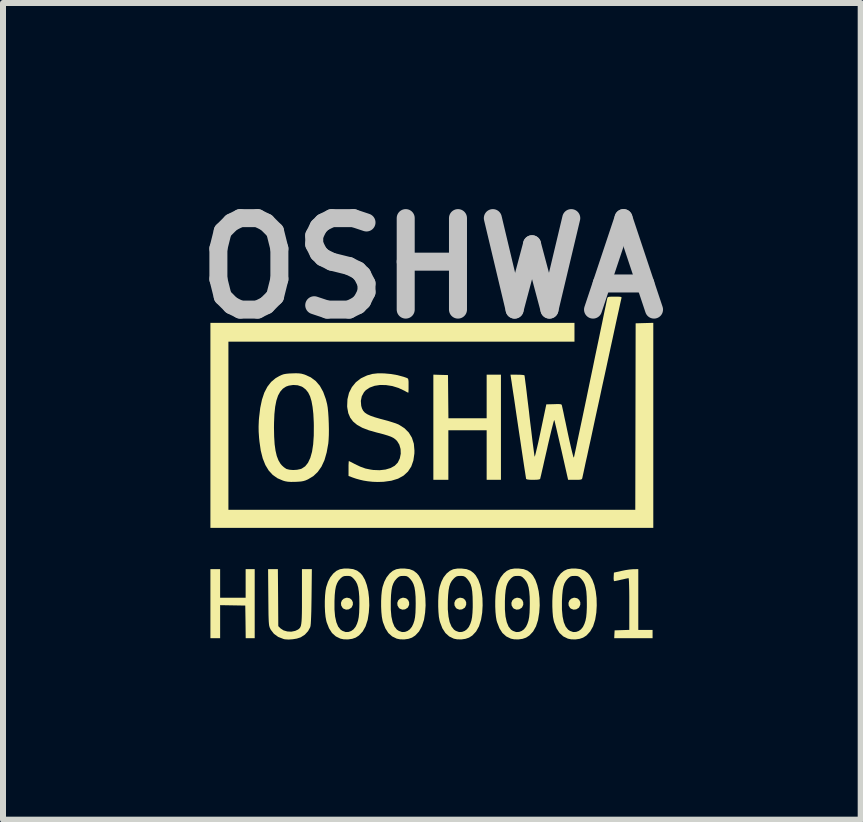
<source format=kicad_pcb>
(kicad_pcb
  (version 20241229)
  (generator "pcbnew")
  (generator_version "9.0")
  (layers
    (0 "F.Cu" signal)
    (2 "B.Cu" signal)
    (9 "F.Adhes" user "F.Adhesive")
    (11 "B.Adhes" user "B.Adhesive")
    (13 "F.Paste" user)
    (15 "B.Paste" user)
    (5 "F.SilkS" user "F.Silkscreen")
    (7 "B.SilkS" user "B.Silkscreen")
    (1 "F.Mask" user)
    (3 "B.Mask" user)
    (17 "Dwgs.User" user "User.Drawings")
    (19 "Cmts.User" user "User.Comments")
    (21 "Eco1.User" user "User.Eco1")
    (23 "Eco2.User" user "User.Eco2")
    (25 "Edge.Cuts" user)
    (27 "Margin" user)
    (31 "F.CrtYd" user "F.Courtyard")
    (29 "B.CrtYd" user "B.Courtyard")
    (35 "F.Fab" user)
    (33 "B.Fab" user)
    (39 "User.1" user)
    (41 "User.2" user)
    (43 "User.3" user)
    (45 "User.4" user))
  (footprint "OSHWA"
    (layer "F.Cu")
    (at 4.144 4.818)
    (property "Reference" "OSHWA" (at 0 -3.4 0) (layer "Dwgs.User") (effects (font (size 1.524 1.524) (thickness 0.3))))
    (attr board_only exclude_from_pos_files exclude_from_bom)
    (fp_poly (pts (xy 3.689 0.925) (xy -3.689 0.925) (xy -3.689 -2.489) (xy 2.376 -2.489) (xy 2.376 -2.176) (xy -3.389 -2.176) (xy -3.389 0.625) (xy 3.389 0.625) (xy 3.392 -0.929) (xy 3.395 -2.482) (xy 3.542 -2.486) (xy 3.689 -2.49)) (stroke (width 0) (type solid)) (fill yes) (layer "F.SilkS"))
    (fp_poly (pts (xy -3.527 2.089) (xy -3.102 2.089) (xy -3.102 1.613) (xy -2.951 1.613) (xy -2.951 2.764) (xy -3.101 2.764) (xy -3.104 2.492) (xy -3.108 2.22) (xy -3.527 2.213) (xy -3.527 2.764) (xy -3.689 2.764) (xy -3.689 1.613) (xy -3.527 1.613)) (stroke (width 0) (type solid)) (fill yes) (layer "F.SilkS"))
    (fp_poly (pts (xy 0.147 -1.623) (xy 0.269 -1.62) (xy 0.276 -0.9) (xy 0.913 -0.9) (xy 0.913 -1.626) (xy 1.151 -1.626) (xy 1.151 0.125) (xy 0.913 0.125) (xy 0.913 -0.7) (xy 0.275 -0.7) (xy 0.275 0.125) (xy 0.025 0.125) (xy 0.025 -1.627)) (stroke (width 0) (type solid)) (fill yes) (layer "F.SilkS"))
    (fp_poly (pts (xy -1.366 2.099) (xy -1.334 2.126) (xy -1.316 2.164) (xy -1.316 2.207) (xy -1.335 2.248) (xy -1.344 2.258) (xy -1.384 2.283) (xy -1.429 2.288) (xy -1.471 2.272) (xy -1.486 2.26) (xy -1.51 2.219) (xy -1.514 2.175) (xy -1.499 2.135) (xy -1.468 2.105) (xy -1.423 2.089) (xy -1.41 2.089)) (stroke (width 0) (type solid)) (fill yes) (layer "F.SilkS"))
    (fp_poly (pts (xy -0.428 2.099) (xy -0.396 2.126) (xy -0.379 2.164) (xy -0.378 2.207) (xy -0.397 2.248) (xy -0.406 2.258) (xy -0.446 2.283) (xy -0.491 2.288) (xy -0.533 2.272) (xy -0.548 2.26) (xy -0.572 2.219) (xy -0.576 2.175) (xy -0.561 2.135) (xy -0.53 2.105) (xy -0.486 2.089) (xy -0.472 2.089)) (stroke (width 0) (type solid)) (fill yes) (layer "F.SilkS"))
    (fp_poly (pts (xy 0.522 2.099) (xy 0.554 2.126) (xy 0.572 2.164) (xy 0.572 2.207) (xy 0.554 2.248) (xy 0.545 2.258) (xy 0.504 2.283) (xy 0.459 2.288) (xy 0.417 2.272) (xy 0.402 2.26) (xy 0.378 2.219) (xy 0.375 2.175) (xy 0.39 2.135) (xy 0.421 2.105) (xy 0.465 2.089) (xy 0.478 2.089)) (stroke (width 0) (type solid)) (fill yes) (layer "F.SilkS"))
    (fp_poly (pts (xy 1.473 2.099) (xy 1.505 2.126) (xy 1.522 2.164) (xy 1.523 2.207) (xy 1.504 2.248) (xy 1.495 2.258) (xy 1.455 2.283) (xy 1.41 2.288) (xy 1.368 2.272) (xy 1.353 2.26) (xy 1.329 2.219) (xy 1.325 2.175) (xy 1.34 2.135) (xy 1.371 2.105) (xy 1.415 2.089) (xy 1.429 2.089)) (stroke (width 0) (type solid)) (fill yes) (layer "F.SilkS"))
    (fp_poly (pts (xy 2.423 2.099) (xy 2.455 2.126) (xy 2.473 2.164) (xy 2.473 2.207) (xy 2.454 2.248) (xy 2.446 2.258) (xy 2.405 2.283) (xy 2.36 2.288) (xy 2.318 2.272) (xy 2.303 2.26) (xy 2.279 2.219) (xy 2.276 2.175) (xy 2.291 2.135) (xy 2.322 2.105) (xy 2.366 2.089) (xy 2.379 2.089)) (stroke (width 0) (type solid)) (fill yes) (layer "F.SilkS"))
    (fp_poly (pts (xy 3.439 2.626) (xy 3.677 2.626) (xy 3.677 2.764) (xy 3.038 2.764) (xy 3.041 2.698) (xy 3.045 2.633) (xy 3.167 2.629) (xy 3.289 2.625) (xy 3.289 2.194) (xy 3.289 2.074) (xy 3.288 1.972) (xy 3.286 1.888) (xy 3.284 1.825) (xy 3.281 1.783) (xy 3.278 1.764) (xy 3.277 1.763) (xy 3.26 1.766) (xy 3.225 1.773) (xy 3.179 1.784) (xy 3.158 1.788) (xy 3.108 1.8) (xy 3.068 1.808) (xy 3.042 1.813) (xy 3.038 1.813) (xy 3.031 1.802) (xy 3.028 1.771) (xy 3.029 1.742) (xy 3.033 1.671) (xy 3.158 1.643) (xy 3.221 1.63) (xy 3.286 1.62) (xy 3.341 1.615) (xy 3.361 1.614) (xy 3.439 1.613)) (stroke (width 0) (type solid)) (fill yes) (layer "F.SilkS"))
    (fp_poly (pts (xy -2.561 2.088) (xy -2.558 2.563) (xy -2.52 2.601) (xy -2.471 2.633) (xy -2.409 2.651) (xy -2.342 2.655) (xy -2.277 2.642) (xy -2.232 2.621) (xy -2.215 2.609) (xy -2.201 2.595) (xy -2.19 2.578) (xy -2.181 2.554) (xy -2.175 2.521) (xy -2.17 2.476) (xy -2.167 2.418) (xy -2.165 2.344) (xy -2.164 2.251) (xy -2.164 2.136) (xy -2.164 2.064) (xy -2.164 1.613) (xy -1.999 1.613) (xy -2.004 2.073) (xy -2.006 2.205) (xy -2.008 2.315) (xy -2.011 2.403) (xy -2.014 2.471) (xy -2.017 2.522) (xy -2.021 2.558) (xy -2.026 2.579) (xy -2.026 2.58) (xy -2.062 2.646) (xy -2.116 2.705) (xy -2.183 2.748) (xy -2.191 2.751) (xy -2.249 2.77) (xy -2.317 2.781) (xy -2.387 2.786) (xy -2.449 2.782) (xy -2.47 2.777) (xy -2.56 2.742) (xy -2.631 2.69) (xy -2.683 2.623) (xy -2.694 2.601) (xy -2.701 2.586) (xy -2.706 2.569) (xy -2.711 2.548) (xy -2.714 2.521) (xy -2.717 2.485) (xy -2.719 2.437) (xy -2.721 2.374) (xy -2.722 2.295) (xy -2.723 2.195) (xy -2.724 2.079) (xy -2.728 1.613) (xy -2.565 1.613)) (stroke (width 0) (type solid)) (fill yes) (layer "F.SilkS"))
    (fp_poly (pts (xy -1.31 1.613) (xy -1.245 1.638) (xy -1.19 1.68) (xy -1.156 1.719) (xy -1.115 1.79) (xy -1.083 1.879) (xy -1.059 1.983) (xy -1.046 2.097) (xy -1.042 2.217) (xy -1.05 2.337) (xy -1.068 2.453) (xy -1.07 2.461) (xy -1.104 2.566) (xy -1.152 2.652) (xy -1.215 2.719) (xy -1.269 2.754) (xy -1.327 2.774) (xy -1.398 2.784) (xy -1.469 2.782) (xy -1.523 2.771) (xy -1.599 2.734) (xy -1.663 2.677) (xy -1.713 2.598) (xy -1.752 2.498) (xy -1.759 2.471) (xy -1.771 2.407) (xy -1.779 2.327) (xy -1.783 2.236) (xy -1.783 2.145) (xy -1.622 2.145) (xy -1.622 2.285) (xy -1.612 2.402) (xy -1.591 2.497) (xy -1.561 2.57) (xy -1.52 2.621) (xy -1.488 2.642) (xy -1.435 2.661) (xy -1.386 2.659) (xy -1.343 2.643) (xy -1.305 2.616) (xy -1.273 2.576) (xy -1.27 2.572) (xy -1.247 2.524) (xy -1.23 2.473) (xy -1.218 2.413) (xy -1.211 2.34) (xy -1.208 2.249) (xy -1.207 2.182) (xy -1.209 2.074) (xy -1.216 1.988) (xy -1.227 1.918) (xy -1.244 1.862) (xy -1.267 1.817) (xy -1.298 1.777) (xy -1.301 1.774) (xy -1.331 1.745) (xy -1.356 1.731) (xy -1.389 1.726) (xy -1.413 1.726) (xy -1.454 1.728) (xy -1.483 1.737) (xy -1.511 1.758) (xy -1.526 1.773) (xy -1.557 1.809) (xy -1.58 1.851) (xy -1.598 1.901) (xy -1.61 1.965) (xy -1.618 2.046) (xy -1.622 2.145) (xy -1.783 2.145) (xy -1.783 2.143) (xy -1.779 2.053) (xy -1.771 1.974) (xy -1.76 1.913) (xy -1.73 1.823) (xy -1.693 1.751) (xy -1.646 1.691) (xy -1.641 1.685) (xy -1.59 1.642) (xy -1.532 1.615) (xy -1.463 1.603) (xy -1.391 1.603)) (stroke (width 0) (type solid)) (fill yes) (layer "F.SilkS"))
    (fp_poly (pts (xy -0.372 1.613) (xy -0.307 1.638) (xy -0.252 1.68) (xy -0.218 1.719) (xy -0.177 1.79) (xy -0.145 1.879) (xy -0.121 1.983) (xy -0.108 2.097) (xy -0.104 2.217) (xy -0.112 2.337) (xy -0.13 2.453) (xy -0.132 2.461) (xy -0.166 2.566) (xy -0.214 2.652) (xy -0.277 2.719) (xy -0.331 2.754) (xy -0.389 2.774) (xy -0.46 2.784) (xy -0.531 2.782) (xy -0.585 2.771) (xy -0.661 2.734) (xy -0.725 2.677) (xy -0.775 2.598) (xy -0.814 2.498) (xy -0.821 2.471) (xy -0.833 2.407) (xy -0.841 2.327) (xy -0.845 2.236) (xy -0.845 2.145) (xy -0.684 2.145) (xy -0.684 2.285) (xy -0.674 2.402) (xy -0.653 2.497) (xy -0.623 2.57) (xy -0.582 2.621) (xy -0.55 2.642) (xy -0.497 2.661) (xy -0.448 2.659) (xy -0.405 2.643) (xy -0.367 2.616) (xy -0.335 2.576) (xy -0.332 2.572) (xy -0.309 2.524) (xy -0.292 2.473) (xy -0.28 2.413) (xy -0.273 2.34) (xy -0.27 2.249) (xy -0.269 2.182) (xy -0.271 2.074) (xy -0.278 1.988) (xy -0.289 1.918) (xy -0.306 1.862) (xy -0.329 1.817) (xy -0.36 1.777) (xy -0.363 1.774) (xy -0.393 1.745) (xy -0.418 1.731) (xy -0.451 1.726) (xy -0.475 1.726) (xy -0.516 1.728) (xy -0.545 1.737) (xy -0.573 1.758) (xy -0.588 1.773) (xy -0.619 1.809) (xy -0.642 1.851) (xy -0.66 1.901) (xy -0.672 1.965) (xy -0.68 2.046) (xy -0.684 2.145) (xy -0.845 2.145) (xy -0.845 2.143) (xy -0.841 2.053) (xy -0.833 1.974) (xy -0.822 1.913) (xy -0.792 1.823) (xy -0.755 1.751) (xy -0.708 1.691) (xy -0.703 1.685) (xy -0.652 1.642) (xy -0.594 1.615) (xy -0.525 1.603) (xy -0.453 1.603)) (stroke (width 0) (type solid)) (fill yes) (layer "F.SilkS"))
    (fp_poly (pts (xy 0.578 1.613) (xy 0.643 1.638) (xy 0.698 1.68) (xy 0.732 1.719) (xy 0.773 1.79) (xy 0.806 1.879) (xy 0.829 1.983) (xy 0.843 2.097) (xy 0.846 2.217) (xy 0.839 2.337) (xy 0.82 2.453) (xy 0.818 2.461) (xy 0.785 2.566) (xy 0.737 2.652) (xy 0.674 2.719) (xy 0.619 2.754) (xy 0.561 2.774) (xy 0.491 2.784) (xy 0.419 2.782) (xy 0.365 2.771) (xy 0.289 2.734) (xy 0.226 2.677) (xy 0.175 2.598) (xy 0.137 2.498) (xy 0.129 2.471) (xy 0.117 2.407) (xy 0.11 2.327) (xy 0.106 2.236) (xy 0.106 2.145) (xy 0.266 2.145) (xy 0.266 2.285) (xy 0.277 2.402) (xy 0.297 2.497) (xy 0.328 2.57) (xy 0.369 2.621) (xy 0.4 2.642) (xy 0.453 2.661) (xy 0.502 2.659) (xy 0.546 2.643) (xy 0.583 2.616) (xy 0.616 2.576) (xy 0.618 2.572) (xy 0.641 2.524) (xy 0.658 2.473) (xy 0.67 2.413) (xy 0.677 2.34) (xy 0.681 2.249) (xy 0.681 2.182) (xy 0.679 2.074) (xy 0.673 1.988) (xy 0.662 1.918) (xy 0.645 1.862) (xy 0.621 1.817) (xy 0.59 1.777) (xy 0.588 1.774) (xy 0.558 1.745) (xy 0.532 1.731) (xy 0.499 1.726) (xy 0.476 1.726) (xy 0.434 1.728) (xy 0.406 1.737) (xy 0.378 1.758) (xy 0.363 1.773) (xy 0.332 1.809) (xy 0.308 1.851) (xy 0.291 1.901) (xy 0.279 1.965) (xy 0.271 2.046) (xy 0.266 2.145) (xy 0.106 2.145) (xy 0.106 2.143) (xy 0.11 2.053) (xy 0.117 1.974) (xy 0.129 1.913) (xy 0.159 1.823) (xy 0.195 1.751) (xy 0.242 1.691) (xy 0.247 1.685) (xy 0.299 1.642) (xy 0.356 1.615) (xy 0.426 1.603) (xy 0.497 1.603)) (stroke (width 0) (type solid)) (fill yes) (layer "F.SilkS"))
    (fp_poly (pts (xy 1.529 1.613) (xy 1.594 1.638) (xy 1.649 1.68) (xy 1.683 1.719) (xy 1.724 1.79) (xy 1.756 1.879) (xy 1.78 1.983) (xy 1.793 2.097) (xy 1.797 2.217) (xy 1.789 2.337) (xy 1.77 2.453) (xy 1.769 2.461) (xy 1.735 2.566) (xy 1.687 2.652) (xy 1.624 2.719) (xy 1.57 2.754) (xy 1.512 2.774) (xy 1.441 2.784) (xy 1.37 2.782) (xy 1.316 2.771) (xy 1.24 2.734) (xy 1.176 2.677) (xy 1.126 2.598) (xy 1.087 2.498) (xy 1.079 2.471) (xy 1.068 2.407) (xy 1.06 2.327) (xy 1.056 2.236) (xy 1.056 2.145) (xy 1.217 2.145) (xy 1.217 2.285) (xy 1.227 2.402) (xy 1.248 2.497) (xy 1.278 2.57) (xy 1.319 2.621) (xy 1.351 2.642) (xy 1.404 2.661) (xy 1.453 2.659) (xy 1.496 2.643) (xy 1.534 2.616) (xy 1.566 2.576) (xy 1.569 2.572) (xy 1.592 2.524) (xy 1.609 2.473) (xy 1.621 2.413) (xy 1.628 2.34) (xy 1.631 2.249) (xy 1.632 2.182) (xy 1.63 2.074) (xy 1.623 1.988) (xy 1.612 1.918) (xy 1.595 1.862) (xy 1.572 1.817) (xy 1.541 1.777) (xy 1.538 1.774) (xy 1.508 1.745) (xy 1.483 1.731) (xy 1.45 1.726) (xy 1.426 1.726) (xy 1.385 1.728) (xy 1.356 1.737) (xy 1.328 1.758) (xy 1.313 1.773) (xy 1.282 1.809) (xy 1.259 1.851) (xy 1.241 1.901) (xy 1.229 1.965) (xy 1.221 2.046) (xy 1.217 2.145) (xy 1.056 2.145) (xy 1.056 2.143) (xy 1.06 2.053) (xy 1.068 1.974) (xy 1.079 1.913) (xy 1.109 1.823) (xy 1.146 1.751) (xy 1.193 1.691) (xy 1.198 1.685) (xy 1.249 1.642) (xy 1.307 1.615) (xy 1.376 1.603) (xy 1.448 1.603)) (stroke (width 0) (type solid)) (fill yes) (layer "F.SilkS"))
    (fp_poly (pts (xy 2.479 1.613) (xy 2.544 1.638) (xy 2.599 1.68) (xy 2.633 1.719) (xy 2.674 1.79) (xy 2.707 1.879) (xy 2.73 1.983) (xy 2.744 2.097) (xy 2.747 2.217) (xy 2.74 2.337) (xy 2.721 2.453) (xy 2.719 2.461) (xy 2.686 2.566) (xy 2.637 2.652) (xy 2.575 2.719) (xy 2.52 2.754) (xy 2.462 2.774) (xy 2.392 2.784) (xy 2.32 2.782) (xy 2.266 2.771) (xy 2.19 2.734) (xy 2.127 2.677) (xy 2.076 2.598) (xy 2.037 2.498) (xy 2.03 2.471) (xy 2.018 2.407) (xy 2.011 2.327) (xy 2.007 2.236) (xy 2.007 2.145) (xy 2.167 2.145) (xy 2.167 2.285) (xy 2.178 2.402) (xy 2.198 2.497) (xy 2.229 2.57) (xy 2.27 2.621) (xy 2.301 2.642) (xy 2.354 2.661) (xy 2.403 2.659) (xy 2.447 2.643) (xy 2.484 2.616) (xy 2.517 2.576) (xy 2.519 2.572) (xy 2.542 2.524) (xy 2.559 2.473) (xy 2.571 2.413) (xy 2.578 2.34) (xy 2.582 2.249) (xy 2.582 2.182) (xy 2.58 2.074) (xy 2.574 1.988) (xy 2.563 1.918) (xy 2.546 1.862) (xy 2.522 1.817) (xy 2.491 1.777) (xy 2.489 1.774) (xy 2.459 1.745) (xy 2.433 1.731) (xy 2.4 1.726) (xy 2.377 1.726) (xy 2.335 1.728) (xy 2.306 1.737) (xy 2.279 1.758) (xy 2.263 1.773) (xy 2.233 1.809) (xy 2.209 1.851) (xy 2.192 1.901) (xy 2.18 1.965) (xy 2.172 2.046) (xy 2.167 2.145) (xy 2.007 2.145) (xy 2.007 2.143) (xy 2.011 2.053) (xy 2.018 1.974) (xy 2.03 1.913) (xy 2.06 1.823) (xy 2.096 1.751) (xy 2.143 1.691) (xy 2.148 1.685) (xy 2.2 1.642) (xy 2.257 1.615) (xy 2.327 1.603) (xy 2.398 1.603)) (stroke (width 0) (type solid)) (fill yes) (layer "F.SilkS"))
    (fp_poly (pts (xy -2.214 -1.648) (xy -2.173 -1.643) (xy -2.133 -1.632) (xy -2.114 -1.626) (xy -2.017 -1.582) (xy -1.935 -1.521) (xy -1.866 -1.441) (xy -1.81 -1.34) (xy -1.766 -1.219) (xy -1.745 -1.137) (xy -1.735 -1.078) (xy -1.727 -1) (xy -1.721 -0.909) (xy -1.717 -0.811) (xy -1.715 -0.713) (xy -1.716 -0.62) (xy -1.72 -0.538) (xy -1.725 -0.481) (xy -1.752 -0.331) (xy -1.789 -0.202) (xy -1.839 -0.094) (xy -1.901 -0.006) (xy -1.975 0.064) (xy -2.063 0.117) (xy -2.104 0.135) (xy -2.14 0.146) (xy -2.18 0.153) (xy -2.232 0.157) (xy -2.275 0.159) (xy -2.346 0.16) (xy -2.399 0.157) (xy -2.444 0.149) (xy -2.478 0.139) (xy -2.572 0.099) (xy -2.651 0.043) (xy -2.718 -0.03) (xy -2.773 -0.121) (xy -2.817 -0.231) (xy -2.85 -0.361) (xy -2.872 -0.513) (xy -2.878 -0.572) (xy -2.885 -0.675) (xy -2.886 -0.744) (xy -2.63 -0.744) (xy -2.627 -0.594) (xy -2.619 -0.467) (xy -2.604 -0.36) (xy -2.583 -0.271) (xy -2.555 -0.199) (xy -2.52 -0.14) (xy -2.497 -0.114) (xy -2.464 -0.084) (xy -2.429 -0.06) (xy -2.42 -0.055) (xy -2.372 -0.043) (xy -2.311 -0.038) (xy -2.246 -0.042) (xy -2.189 -0.054) (xy -2.167 -0.062) (xy -2.11 -0.1) (xy -2.063 -0.159) (xy -2.025 -0.24) (xy -1.996 -0.342) (xy -1.977 -0.466) (xy -1.967 -0.612) (xy -1.966 -0.781) (xy -1.967 -0.832) (xy -1.974 -0.972) (xy -1.987 -1.089) (xy -2.005 -1.187) (xy -2.029 -1.266) (xy -2.06 -1.329) (xy -2.1 -1.379) (xy -2.148 -1.417) (xy -2.17 -1.429) (xy -2.235 -1.45) (xy -2.309 -1.455) (xy -2.383 -1.444) (xy -2.429 -1.428) (xy -2.482 -1.393) (xy -2.526 -1.343) (xy -2.562 -1.278) (xy -2.59 -1.194) (xy -2.61 -1.092) (xy -2.623 -0.969) (xy -2.629 -0.824) (xy -2.63 -0.744) (xy -2.886 -0.744) (xy -2.886 -0.768) (xy -2.882 -0.866) (xy -2.878 -0.913) (xy -2.859 -1.072) (xy -2.83 -1.21) (xy -2.791 -1.327) (xy -2.74 -1.425) (xy -2.678 -1.505) (xy -2.603 -1.568) (xy -2.542 -1.603) (xy -2.502 -1.622) (xy -2.467 -1.634) (xy -2.428 -1.641) (xy -2.379 -1.646) (xy -2.328 -1.648) (xy -2.263 -1.65)) (stroke (width 0) (type solid)) (fill yes) (layer "F.SilkS"))
    (fp_poly (pts (xy -0.797 -1.648) (xy -0.686 -1.638) (xy -0.575 -1.619) (xy -0.471 -1.591) (xy -0.422 -1.574) (xy -0.406 -1.567) (xy -0.396 -1.557) (xy -0.391 -1.539) (xy -0.388 -1.508) (xy -0.388 -1.459) (xy -0.388 -1.443) (xy -0.388 -1.392) (xy -0.389 -1.353) (xy -0.391 -1.329) (xy -0.392 -1.326) (xy -0.405 -1.331) (xy -0.432 -1.345) (xy -0.453 -1.357) (xy -0.555 -1.405) (xy -0.659 -1.437) (xy -0.763 -1.453) (xy -0.862 -1.455) (xy -0.953 -1.441) (xy -1.034 -1.412) (xy -1.1 -1.368) (xy -1.13 -1.335) (xy -1.167 -1.267) (xy -1.183 -1.19) (xy -1.177 -1.11) (xy -1.177 -1.108) (xy -1.164 -1.064) (xy -1.145 -1.027) (xy -1.117 -0.995) (xy -1.077 -0.968) (xy -1.022 -0.942) (xy -0.95 -0.917) (xy -0.857 -0.89) (xy -0.8 -0.875) (xy -0.729 -0.856) (xy -0.662 -0.835) (xy -0.603 -0.816) (xy -0.561 -0.799) (xy -0.552 -0.795) (xy -0.457 -0.735) (xy -0.384 -0.662) (xy -0.332 -0.576) (xy -0.3 -0.476) (xy -0.29 -0.362) (xy -0.291 -0.313) (xy -0.308 -0.196) (xy -0.343 -0.096) (xy -0.398 -0.012) (xy -0.471 0.055) (xy -0.563 0.106) (xy -0.674 0.14) (xy -0.804 0.158) (xy -0.9 0.161) (xy -0.985 0.158) (xy -1.07 0.149) (xy -1.138 0.138) (xy -1.198 0.124) (xy -1.26 0.107) (xy -1.31 0.09) (xy -1.316 0.088) (xy -1.388 0.061) (xy -1.388 -0.063) (xy -1.388 -0.116) (xy -1.386 -0.157) (xy -1.384 -0.182) (xy -1.383 -0.188) (xy -1.37 -0.182) (xy -1.341 -0.168) (xy -1.301 -0.147) (xy -1.286 -0.139) (xy -1.192 -0.094) (xy -1.106 -0.063) (xy -1.018 -0.045) (xy -0.976 -0.039) (xy -0.869 -0.035) (xy -0.772 -0.046) (xy -0.688 -0.071) (xy -0.619 -0.109) (xy -0.569 -0.16) (xy -0.568 -0.161) (xy -0.534 -0.231) (xy -0.518 -0.309) (xy -0.521 -0.388) (xy -0.542 -0.461) (xy -0.581 -0.524) (xy -0.584 -0.526) (xy -0.61 -0.551) (xy -0.641 -0.573) (xy -0.681 -0.593) (xy -0.734 -0.612) (xy -0.803 -0.633) (xy -0.891 -0.656) (xy -0.919 -0.663) (xy -1.05 -0.7) (xy -1.159 -0.742) (xy -1.245 -0.79) (xy -1.312 -0.846) (xy -1.36 -0.91) (xy -1.392 -0.985) (xy -1.408 -1.072) (xy -1.411 -1.099) (xy -1.406 -1.217) (xy -1.38 -1.324) (xy -1.332 -1.419) (xy -1.266 -1.5) (xy -1.181 -1.566) (xy -1.079 -1.614) (xy -0.99 -1.639) (xy -0.901 -1.649)) (stroke (width 0) (type solid)) (fill yes) (layer "F.SilkS"))
    (fp_poly (pts (xy 3.102 -2.926) (xy 3.137 -2.924) (xy 3.155 -2.92) (xy 3.16 -2.913) (xy 3.159 -2.905) (xy 3.156 -2.89) (xy 3.147 -2.852) (xy 3.134 -2.793) (xy 3.117 -2.714) (xy 3.095 -2.616) (xy 3.07 -2.502) (xy 3.042 -2.373) (xy 3.011 -2.229) (xy 2.977 -2.074) (xy 2.941 -1.907) (xy 2.903 -1.731) (xy 2.863 -1.548) (xy 2.832 -1.407) (xy 2.792 -1.219) (xy 2.752 -1.037) (xy 2.714 -0.863) (xy 2.679 -0.699) (xy 2.646 -0.545) (xy 2.615 -0.405) (xy 2.588 -0.279) (xy 2.563 -0.168) (xy 2.543 -0.074) (xy 2.527 0.000424) (xy 2.515 0.055) (xy 2.508 0.088) (xy 2.506 0.097) (xy 2.501 0.11) (xy 2.491 0.118) (xy 2.471 0.123) (xy 2.436 0.125) (xy 2.384 0.125) (xy 2.27 0.125) (xy 2.159 -0.366) (xy 2.134 -0.473) (xy 2.111 -0.573) (xy 2.09 -0.663) (xy 2.072 -0.741) (xy 2.057 -0.803) (xy 2.047 -0.846) (xy 2.04 -0.869) (xy 2.04 -0.872) (xy 2.035 -0.864) (xy 2.026 -0.833) (xy 2.013 -0.783) (xy 1.996 -0.717) (xy 1.976 -0.635) (xy 1.954 -0.542) (xy 1.93 -0.439) (xy 1.921 -0.397) (xy 1.896 -0.289) (xy 1.873 -0.189) (xy 1.853 -0.099) (xy 1.835 -0.022) (xy 1.821 0.04) (xy 1.81 0.084) (xy 1.805 0.107) (xy 1.804 0.109) (xy 1.791 0.118) (xy 1.757 0.123) (xy 1.701 0.125) (xy 1.687 0.125) (xy 1.626 0.124) (xy 1.589 0.119) (xy 1.572 0.112) (xy 1.57 0.109) (xy 1.568 0.095) (xy 1.562 0.057) (xy 1.553 -0.001) (xy 1.541 -0.077) (xy 1.527 -0.17) (xy 1.511 -0.277) (xy 1.493 -0.397) (xy 1.474 -0.526) (xy 1.453 -0.664) (xy 1.444 -0.725) (xy 1.423 -0.867) (xy 1.403 -1.001) (xy 1.385 -1.127) (xy 1.368 -1.243) (xy 1.352 -1.345) (xy 1.339 -1.432) (xy 1.329 -1.502) (xy 1.321 -1.552) (xy 1.317 -1.58) (xy 1.316 -1.585) (xy 1.31 -1.626) (xy 1.423 -1.626) (xy 1.474 -1.625) (xy 1.514 -1.622) (xy 1.538 -1.618) (xy 1.542 -1.616) (xy 1.545 -1.603) (xy 1.55 -1.566) (xy 1.557 -1.51) (xy 1.567 -1.435) (xy 1.578 -1.345) (xy 1.59 -1.241) (xy 1.604 -1.127) (xy 1.619 -1.004) (xy 1.626 -0.938) (xy 1.641 -0.811) (xy 1.656 -0.692) (xy 1.669 -0.583) (xy 1.681 -0.485) (xy 1.692 -0.403) (xy 1.701 -0.336) (xy 1.707 -0.289) (xy 1.712 -0.264) (xy 1.713 -0.259) (xy 1.717 -0.269) (xy 1.726 -0.301) (xy 1.738 -0.351) (xy 1.754 -0.418) (xy 1.773 -0.499) (xy 1.793 -0.592) (xy 1.814 -0.691) (xy 1.907 -1.132) (xy 2.034 -1.135) (xy 2.091 -1.137) (xy 2.128 -1.136) (xy 2.15 -1.133) (xy 2.161 -1.127) (xy 2.166 -1.115) (xy 2.167 -1.11) (xy 2.171 -1.092) (xy 2.18 -1.052) (xy 2.193 -0.993) (xy 2.208 -0.919) (xy 2.227 -0.833) (xy 2.247 -0.737) (xy 2.265 -0.652) (xy 2.291 -0.532) (xy 2.314 -0.431) (xy 2.333 -0.351) (xy 2.348 -0.293) (xy 2.358 -0.257) (xy 2.365 -0.245) (xy 2.366 -0.246) (xy 2.37 -0.261) (xy 2.378 -0.299) (xy 2.391 -0.358) (xy 2.408 -0.437) (xy 2.428 -0.534) (xy 2.452 -0.647) (xy 2.479 -0.775) (xy 2.509 -0.916) (xy 2.541 -1.069) (xy 2.575 -1.231) (xy 2.61 -1.401) (xy 2.645 -1.57) (xy 2.682 -1.746) (xy 2.717 -1.917) (xy 2.751 -2.079) (xy 2.783 -2.231) (xy 2.812 -2.372) (xy 2.839 -2.5) (xy 2.862 -2.613) (xy 2.882 -2.709) (xy 2.899 -2.788) (xy 2.911 -2.846) (xy 2.919 -2.884) (xy 2.922 -2.898) (xy 2.927 -2.911) (xy 2.937 -2.92) (xy 2.956 -2.924) (xy 2.991 -2.926) (xy 3.045 -2.926) (xy 3.047 -2.926)) (stroke (width 0) (type solid)) (fill yes) (layer "F.SilkS")))
  (gr_rect
    (start -3 -3)
    (end 11.288 10.604)
    (stroke (width 0.1) (type default))
    (fill no)
    (layer "Edge.Cuts")))
</source>
